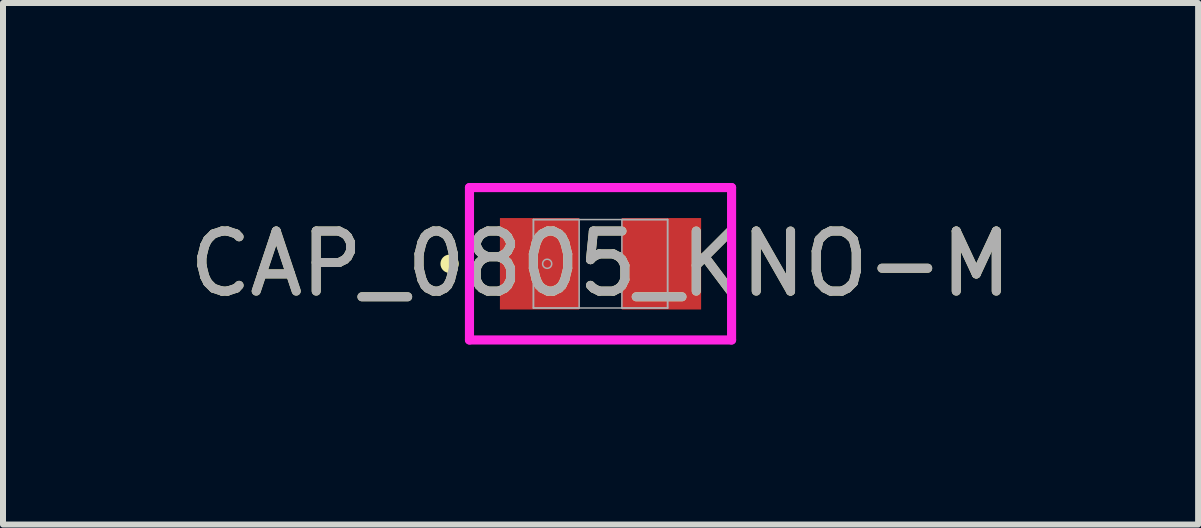
<source format=kicad_pcb>
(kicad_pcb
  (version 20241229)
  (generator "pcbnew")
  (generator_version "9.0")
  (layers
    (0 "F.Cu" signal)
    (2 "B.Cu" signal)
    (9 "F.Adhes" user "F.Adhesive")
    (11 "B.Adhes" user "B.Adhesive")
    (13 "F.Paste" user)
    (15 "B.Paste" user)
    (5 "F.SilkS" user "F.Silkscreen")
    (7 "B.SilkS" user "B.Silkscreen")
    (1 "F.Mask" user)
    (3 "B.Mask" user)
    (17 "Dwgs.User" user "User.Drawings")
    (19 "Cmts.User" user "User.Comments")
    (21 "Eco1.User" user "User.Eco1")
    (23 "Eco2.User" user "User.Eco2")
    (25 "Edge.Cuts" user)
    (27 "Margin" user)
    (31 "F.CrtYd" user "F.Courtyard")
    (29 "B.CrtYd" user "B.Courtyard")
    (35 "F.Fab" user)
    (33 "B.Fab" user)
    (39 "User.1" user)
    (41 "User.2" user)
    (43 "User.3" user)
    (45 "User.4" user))
  (footprint "CAP_0805_KNO-M"
    (layer "F.Cu")
    (at 6.958 1.346)
    (property "Reference" "CAP_0805_KNO-M" (at 0 0 0) (unlocked yes) (layer "F.SilkS") (effects (font (size 1 1) (thickness 0.15))))
    (attr smd)
    (fp_circle (center -2.515 0) (end -2.438 0) (stroke (width 0.152) (type solid)) (fill no) (layer "F.SilkS"))
    (fp_line (start -2.184 -1.27) (end 2.184 -1.27) (stroke (width 0.152) (type solid)) (layer "F.CrtYd"))
    (fp_line (start -2.184 1.27) (end -2.184 -1.27) (stroke (width 0.152) (type solid)) (layer "F.CrtYd"))
    (fp_line (start 2.184 -1.27) (end 2.184 1.27) (stroke (width 0.152) (type solid)) (layer "F.CrtYd"))
    (fp_line (start 2.184 1.27) (end -2.184 1.27) (stroke (width 0.152) (type solid)) (layer "F.CrtYd"))
    (fp_line (start -1.118 -0.737) (end -1.118 0.737) (stroke (width 0.025) (type solid)) (layer "F.Fab"))
    (fp_line (start -1.118 -0.737) (end -1.118 0.737) (stroke (width 0.025) (type solid)) (layer "F.Fab"))
    (fp_line (start -1.118 0.737) (end -0.356 0.737) (stroke (width 0.025) (type solid)) (layer "F.Fab"))
    (fp_line (start -1.118 0.737) (end 1.118 0.737) (stroke (width 0.025) (type solid)) (layer "F.Fab"))
    (fp_line (start -0.356 -0.737) (end -1.118 -0.737) (stroke (width 0.025) (type solid)) (layer "F.Fab"))
    (fp_line (start -0.356 0.737) (end -0.356 -0.737) (stroke (width 0.025) (type solid)) (layer "F.Fab"))
    (fp_line (start 0.356 -0.737) (end 0.356 0.737) (stroke (width 0.025) (type solid)) (layer "F.Fab"))
    (fp_line (start 0.356 0.737) (end 1.118 0.737) (stroke (width 0.025) (type solid)) (layer "F.Fab"))
    (fp_line (start 1.118 -0.737) (end -1.118 -0.737) (stroke (width 0.025) (type solid)) (layer "F.Fab"))
    (fp_line (start 1.118 -0.737) (end 0.356 -0.737) (stroke (width 0.025) (type solid)) (layer "F.Fab"))
    (fp_line (start 1.118 0.737) (end 1.118 -0.737) (stroke (width 0.025) (type solid)) (layer "F.Fab"))
    (fp_line (start 1.118 0.737) (end 1.118 -0.737) (stroke (width 0.025) (type solid)) (layer "F.Fab"))
    (fp_circle (center -0.889 0) (end -0.813 0) (stroke (width 0.025) (type solid)) (fill no) (layer "F.Fab"))
    (fp_text user "${REFERENCE}" (at 0 0 0) (unlocked yes) (layer "F.Fab") (effects (font (size 1 1) (thickness 0.15))))
    (pad "1" smd rect (at -1.016 0) (size 1.321 1.524) (layers "F.Cu" "F.Mask" "F.Paste"))
    (pad "2" smd rect (at 1.016 0) (size 1.321 1.524) (layers "F.Cu" "F.Mask" "F.Paste"))
    (zone (net_name "") (layer "F.Cu") (hatch full 0.508) (connect_pads) (min_thickness 0.254) (filled_areas_thickness no) (keepout (tracks not_allowed) (vias not_allowed) (pads allowed) (copperpour not_allowed) (footprints allowed)) (placement (enabled no)) (fill) (polygon (pts (xy 6.654 0.66) (xy 7.263 0.66) (xy 7.263 2.032) (xy 6.654 2.032)))))
  (gr_rect
    (start -3 -3)
    (end 16.917 5.692)
    (stroke (width 0.1) (type default))
    (fill no)
    (layer "Edge.Cuts")))
</source>
